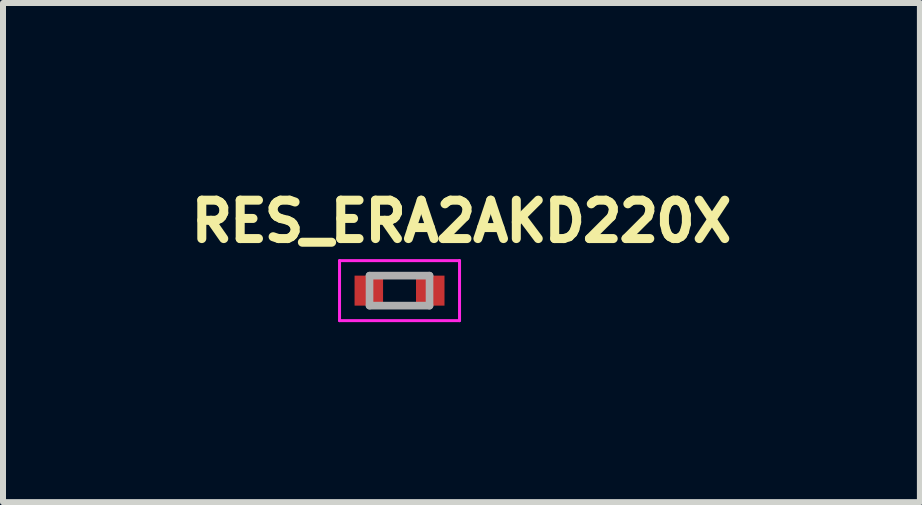
<source format=kicad_pcb>
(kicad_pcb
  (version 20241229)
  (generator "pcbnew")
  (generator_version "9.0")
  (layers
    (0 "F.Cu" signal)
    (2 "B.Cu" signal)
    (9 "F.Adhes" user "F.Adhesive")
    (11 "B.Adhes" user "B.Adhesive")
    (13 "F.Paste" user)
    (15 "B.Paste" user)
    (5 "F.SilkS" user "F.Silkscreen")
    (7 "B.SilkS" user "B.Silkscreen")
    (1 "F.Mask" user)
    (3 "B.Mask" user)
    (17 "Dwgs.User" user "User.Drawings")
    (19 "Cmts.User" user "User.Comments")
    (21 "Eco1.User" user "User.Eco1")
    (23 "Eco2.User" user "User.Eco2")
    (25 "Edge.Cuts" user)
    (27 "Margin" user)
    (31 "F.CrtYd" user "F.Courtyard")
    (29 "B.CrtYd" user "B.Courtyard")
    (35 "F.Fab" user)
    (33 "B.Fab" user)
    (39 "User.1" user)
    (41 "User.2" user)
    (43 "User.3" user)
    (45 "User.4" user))
  (footprint "RES_ERA2AKD220X"
    (layer "F.Cu")
    (at 3.609 1.794)
    (property "Reference" "RES_ERA2AKD220X" (at 1.032 -1.156 0) (layer "F.SilkS") (effects (font (size 0.64 0.64) (thickness 0.15))))
    (attr smd)
    (fp_line (start -1 -0.5) (end -1 0.5) (stroke (width 0.05) (type solid)) (layer "F.CrtYd"))
    (fp_line (start -1 0.5) (end 1 0.5) (stroke (width 0.05) (type solid)) (layer "F.CrtYd"))
    (fp_line (start 1 -0.5) (end -1 -0.5) (stroke (width 0.05) (type solid)) (layer "F.CrtYd"))
    (fp_line (start 1 0.5) (end 1 -0.5) (stroke (width 0.05) (type solid)) (layer "F.CrtYd"))
    (fp_line (start -0.5 -0.25) (end -0.5 0.25) (stroke (width 0.127) (type solid)) (layer "F.Fab"))
    (fp_line (start -0.5 -0.25) (end 0.5 -0.25) (stroke (width 0.127) (type solid)) (layer "F.Fab"))
    (fp_line (start -0.5 0.25) (end 0.5 0.25) (stroke (width 0.127) (type solid)) (layer "F.Fab"))
    (fp_line (start 0.5 -0.25) (end 0.5 0.25) (stroke (width 0.127) (type solid)) (layer "F.Fab"))
    (pad "1" smd rect (at -0.512 0) (size 0.475 0.5) (layers "F.Cu" "F.Mask" "F.Paste"))
    (pad "2" smd rect (at 0.512 0) (size 0.475 0.5) (layers "F.Cu" "F.Mask" "F.Paste")))
  (gr_rect
    (start -3 -3)
    (end 12.282 5.319)
    (stroke (width 0.1) (type default))
    (fill no)
    (layer "Edge.Cuts")))
</source>
